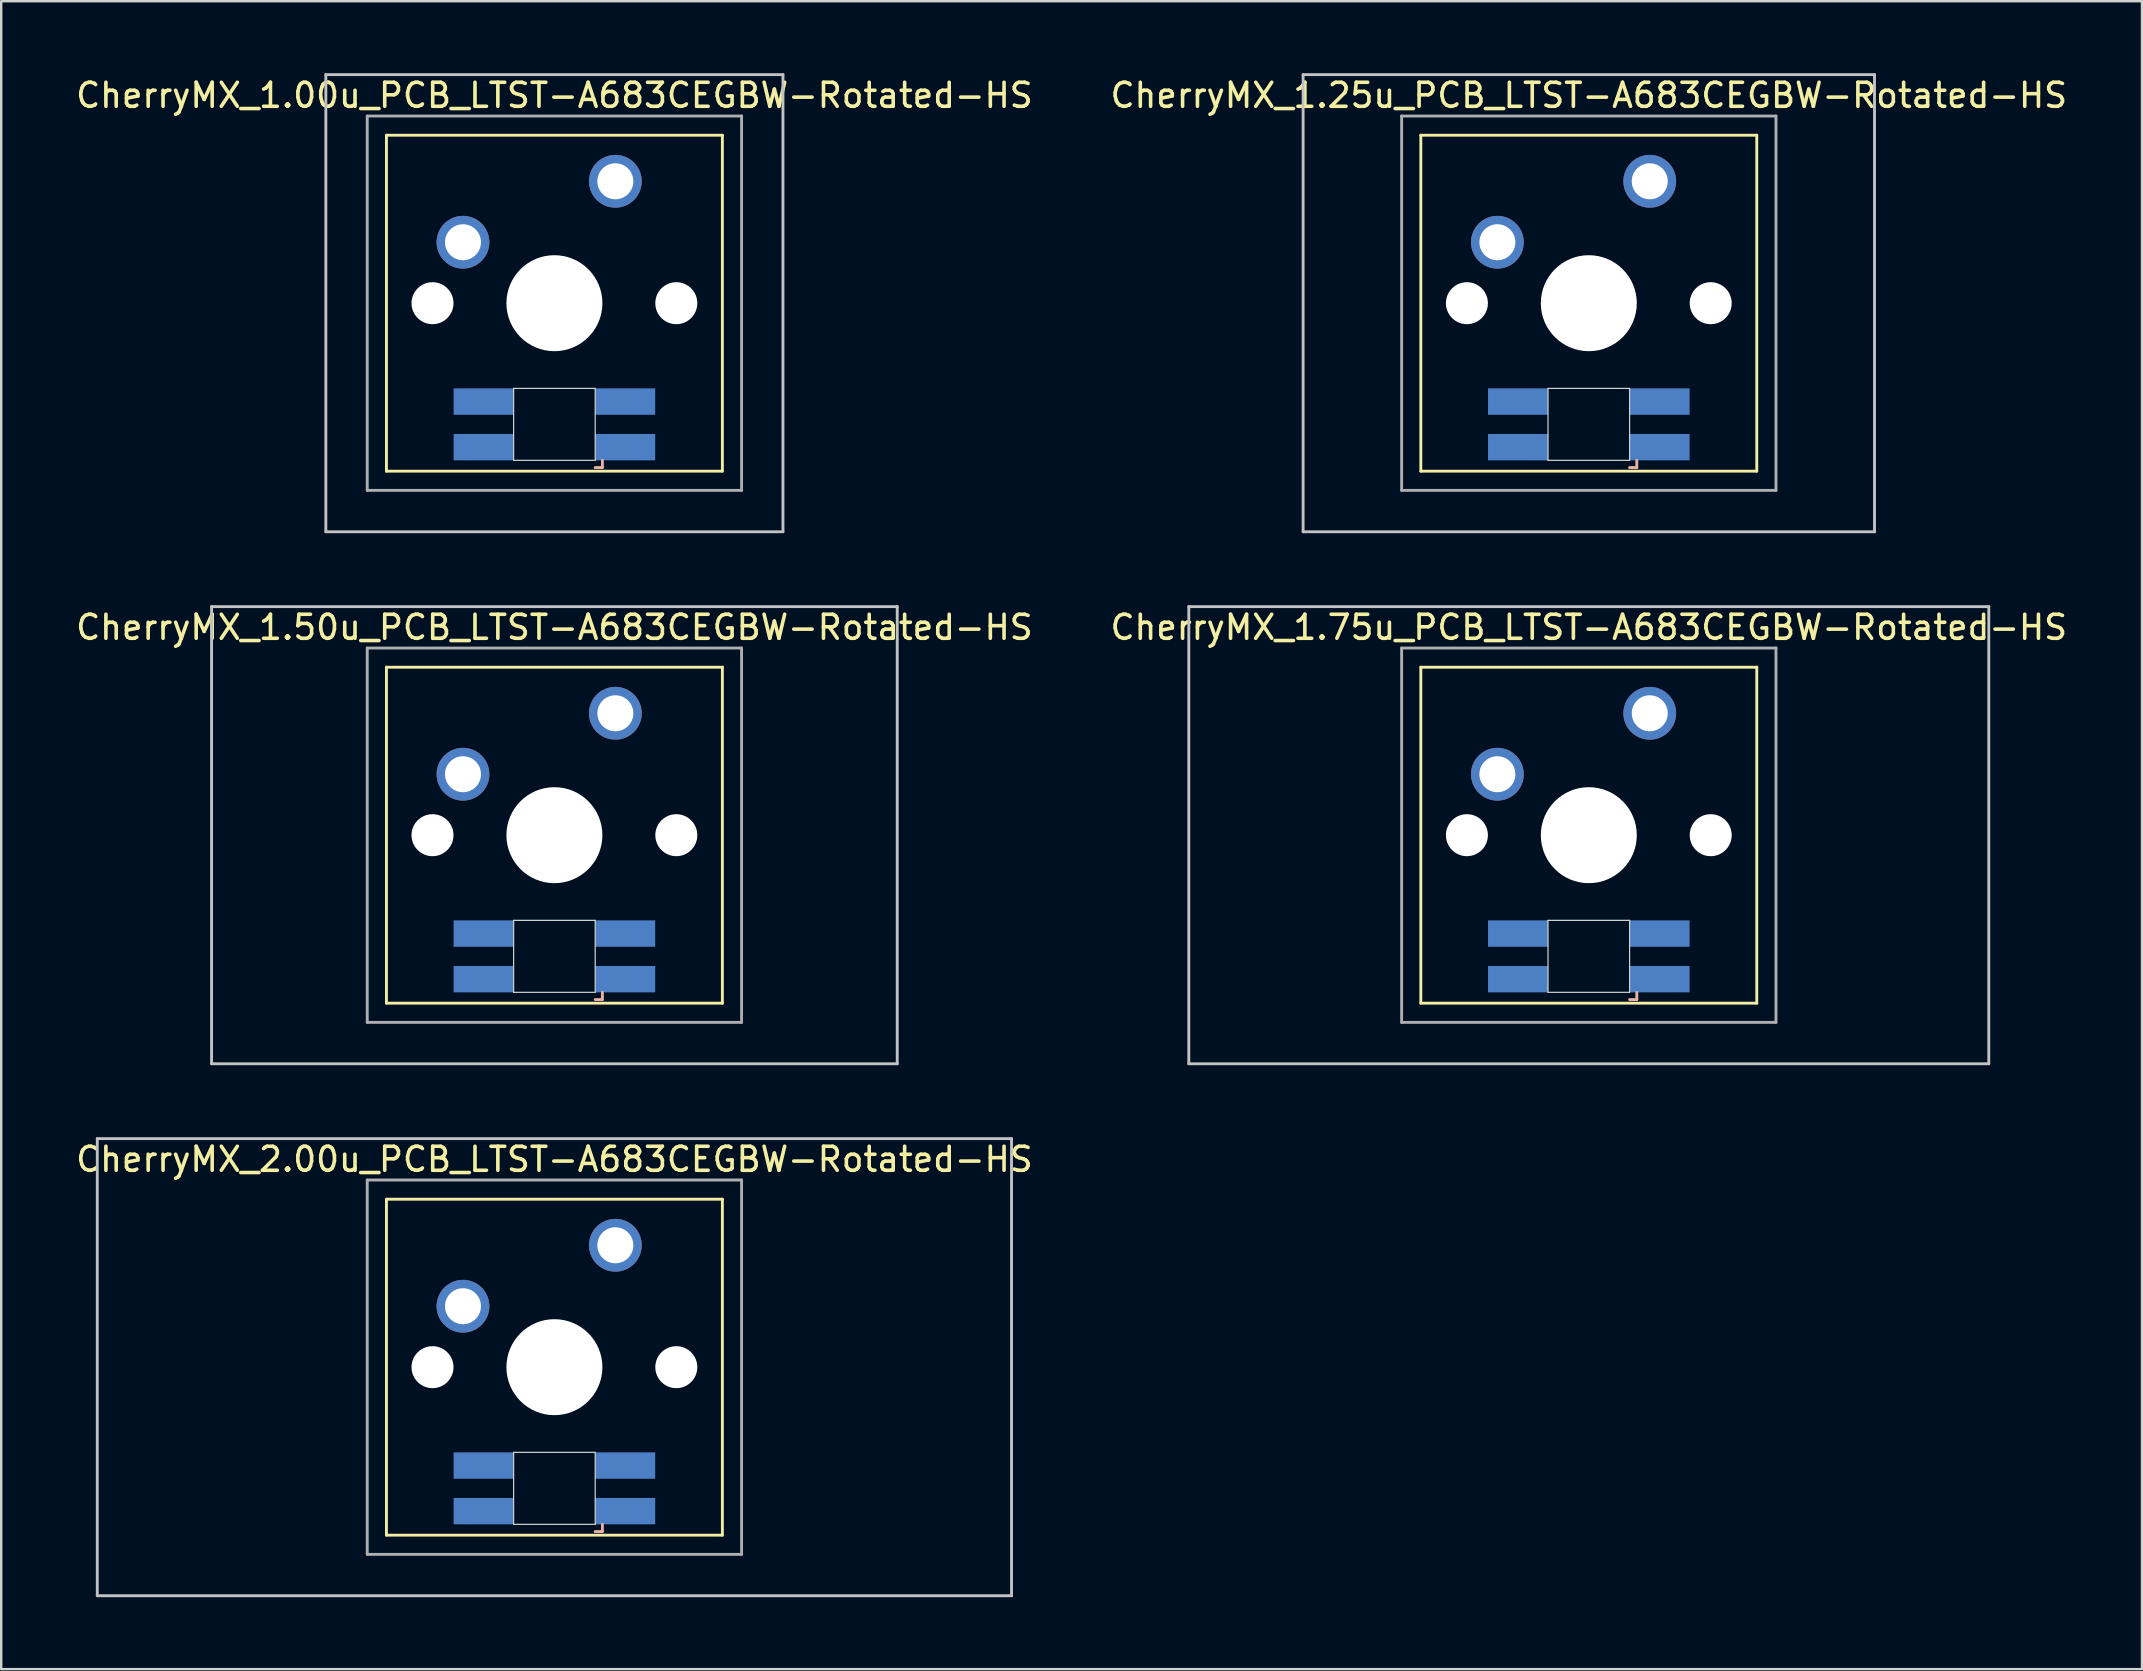
<source format=kicad_pcb>
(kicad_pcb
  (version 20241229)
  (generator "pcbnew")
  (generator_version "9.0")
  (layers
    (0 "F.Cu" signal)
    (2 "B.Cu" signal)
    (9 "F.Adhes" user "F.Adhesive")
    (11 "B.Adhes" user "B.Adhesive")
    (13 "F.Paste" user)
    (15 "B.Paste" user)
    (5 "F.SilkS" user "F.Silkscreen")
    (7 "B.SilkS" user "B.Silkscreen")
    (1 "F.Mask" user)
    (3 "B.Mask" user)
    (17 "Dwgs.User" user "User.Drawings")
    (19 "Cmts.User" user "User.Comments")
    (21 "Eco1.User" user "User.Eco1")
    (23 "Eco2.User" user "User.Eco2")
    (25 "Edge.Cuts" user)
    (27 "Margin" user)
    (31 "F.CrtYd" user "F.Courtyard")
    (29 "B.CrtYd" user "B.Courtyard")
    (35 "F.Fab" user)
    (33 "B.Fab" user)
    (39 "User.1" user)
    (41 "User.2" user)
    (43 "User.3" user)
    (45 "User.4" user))
  (footprint "CherryMX_1.50u_PCB_LTST-A683CEGBW-Rotated-HS"
    (layer "F.Cu")
    (at 20.054 31.755)
    (property "Reference" "CherryMX_1.50u_PCB_LTST-A683CEGBW-Rotated-HS" (at 0 -8.662 0) (layer "F.SilkS") (effects (font (size 1 1) (thickness 0.15))))
    (attr through_hole)
    (fp_line (start -7 -7) (end -7 7) (stroke (width 0.12) (type solid)) (layer "F.SilkS"))
    (fp_line (start -7 -7) (end 7 -7) (stroke (width 0.12) (type solid)) (layer "F.SilkS"))
    (fp_line (start 7 -7) (end 7 7) (stroke (width 0.12) (type solid)) (layer "F.SilkS"))
    (fp_line (start 7 7) (end -7 7) (stroke (width 0.12) (type solid)) (layer "F.SilkS"))
    (fp_line (start 1.7 6.85) (end 2 6.85) (stroke (width 0.12) (type solid)) (layer "B.SilkS"))
    (fp_line (start 2 6.85) (end 2 6.55) (stroke (width 0.12) (type solid)) (layer "B.SilkS"))
    (fp_line (start -14.287 -9.525) (end 14.287 -9.525) (stroke (width 0.12) (type solid)) (layer "Dwgs.User"))
    (fp_line (start -14.287 9.525) (end -14.287 -9.525) (stroke (width 0.12) (type solid)) (layer "Dwgs.User"))
    (fp_line (start 14.287 -9.525) (end 14.287 9.525) (stroke (width 0.12) (type solid)) (layer "Dwgs.User"))
    (fp_line (start 14.287 9.525) (end -14.287 9.525) (stroke (width 0.12) (type solid)) (layer "Dwgs.User"))
    (fp_line (start -1.7 3.55) (end 1.7 3.55) (stroke (width 0.05) (type solid)) (layer "Edge.Cuts"))
    (fp_line (start -1.7 6.55) (end -1.7 3.55) (stroke (width 0.05) (type solid)) (layer "Edge.Cuts"))
    (fp_line (start 1.7 3.55) (end 1.7 6.55) (stroke (width 0.05) (type solid)) (layer "Edge.Cuts"))
    (fp_line (start 1.7 6.55) (end -1.7 6.55) (stroke (width 0.05) (type solid)) (layer "Edge.Cuts"))
    (fp_line (start -7.8 -7.8) (end -7.8 7.8) (stroke (width 0.12) (type solid)) (layer "F.Fab"))
    (fp_line (start -7.8 -7.8) (end 7.8 -7.8) (stroke (width 0.12) (type solid)) (layer "F.Fab"))
    (fp_line (start -7.8 7.8) (end 7.8 7.8) (stroke (width 0.12) (type solid)) (layer "F.Fab"))
    (fp_line (start 7.8 -7.8) (end 7.8 7.8) (stroke (width 0.12) (type solid)) (layer "F.Fab"))
    (pad "" np_thru_hole circle (at -5.08 0) (size 1.75 1.75) (drill 1.75) (layers "*.Cu" "*.Mask"))
    (pad "" np_thru_hole circle (at 0 0) (size 4 4) (drill 4) (layers "*.Cu" "*.Mask"))
    (pad "" np_thru_hole circle (at 5.08 0) (size 1.75 1.75) (drill 1.75) (layers "*.Cu" "*.Mask"))
    (pad "1" thru_hole circle (at -3.81 -2.54) (size 2.2 2.2) (drill 1.5) (layers "*.Cu" "*.Mask"))
    (pad "2" thru_hole circle (at 2.54 -5.08) (size 2.2 2.2) (drill 1.5) (layers "*.Cu" "*.Mask"))
    (pad "3" smd rect (at 2.95 6) (size 2.5 1.1) (layers "B.Cu" "B.Mask" "B.Paste"))
    (pad "4" smd rect (at 2.95 4.1) (size 2.5 1.1) (layers "B.Cu" "B.Mask" "B.Paste"))
    (pad "5" smd rect (at -2.95 6) (size 2.5 1.1) (layers "B.Cu" "B.Mask" "B.Paste"))
    (pad "6" smd rect (at -2.95 4.1) (size 2.5 1.1) (layers "B.Cu" "B.Mask" "B.Paste")))
  (footprint "CherryMX_2.00u_PCB_LTST-A683CEGBW-Rotated-HS"
    (layer "F.Cu")
    (at 20.054 53.925)
    (property "Reference" "CherryMX_2.00u_PCB_LTST-A683CEGBW-Rotated-HS" (at 0 -8.662 0) (layer "F.SilkS") (effects (font (size 1 1) (thickness 0.15))))
    (attr through_hole)
    (fp_line (start -7 -7) (end -7 7) (stroke (width 0.12) (type solid)) (layer "F.SilkS"))
    (fp_line (start -7 -7) (end 7 -7) (stroke (width 0.12) (type solid)) (layer "F.SilkS"))
    (fp_line (start 7 -7) (end 7 7) (stroke (width 0.12) (type solid)) (layer "F.SilkS"))
    (fp_line (start 7 7) (end -7 7) (stroke (width 0.12) (type solid)) (layer "F.SilkS"))
    (fp_line (start 1.7 6.85) (end 2 6.85) (stroke (width 0.12) (type solid)) (layer "B.SilkS"))
    (fp_line (start 2 6.85) (end 2 6.55) (stroke (width 0.12) (type solid)) (layer "B.SilkS"))
    (fp_line (start -19.05 -9.525) (end 19.05 -9.525) (stroke (width 0.12) (type solid)) (layer "Dwgs.User"))
    (fp_line (start -19.05 9.525) (end -19.05 -9.525) (stroke (width 0.12) (type solid)) (layer "Dwgs.User"))
    (fp_line (start 19.05 -9.525) (end 19.05 9.525) (stroke (width 0.12) (type solid)) (layer "Dwgs.User"))
    (fp_line (start 19.05 9.525) (end -19.05 9.525) (stroke (width 0.12) (type solid)) (layer "Dwgs.User"))
    (fp_line (start -1.7 3.55) (end 1.7 3.55) (stroke (width 0.05) (type solid)) (layer "Edge.Cuts"))
    (fp_line (start -1.7 6.55) (end -1.7 3.55) (stroke (width 0.05) (type solid)) (layer "Edge.Cuts"))
    (fp_line (start 1.7 3.55) (end 1.7 6.55) (stroke (width 0.05) (type solid)) (layer "Edge.Cuts"))
    (fp_line (start 1.7 6.55) (end -1.7 6.55) (stroke (width 0.05) (type solid)) (layer "Edge.Cuts"))
    (fp_line (start -7.8 -7.8) (end -7.8 7.8) (stroke (width 0.12) (type solid)) (layer "F.Fab"))
    (fp_line (start -7.8 -7.8) (end 7.8 -7.8) (stroke (width 0.12) (type solid)) (layer "F.Fab"))
    (fp_line (start -7.8 7.8) (end 7.8 7.8) (stroke (width 0.12) (type solid)) (layer "F.Fab"))
    (fp_line (start 7.8 -7.8) (end 7.8 7.8) (stroke (width 0.12) (type solid)) (layer "F.Fab"))
    (pad "" np_thru_hole circle (at -5.08 0) (size 1.75 1.75) (drill 1.75) (layers "*.Cu" "*.Mask"))
    (pad "" np_thru_hole circle (at 0 0) (size 4 4) (drill 4) (layers "*.Cu" "*.Mask"))
    (pad "" np_thru_hole circle (at 5.08 0) (size 1.75 1.75) (drill 1.75) (layers "*.Cu" "*.Mask"))
    (pad "1" thru_hole circle (at -3.81 -2.54) (size 2.2 2.2) (drill 1.5) (layers "*.Cu" "*.Mask"))
    (pad "2" thru_hole circle (at 2.54 -5.08) (size 2.2 2.2) (drill 1.5) (layers "*.Cu" "*.Mask"))
    (pad "3" smd rect (at 2.95 6) (size 2.5 1.1) (layers "B.Cu" "B.Mask" "B.Paste"))
    (pad "4" smd rect (at 2.95 4.1) (size 2.5 1.1) (layers "B.Cu" "B.Mask" "B.Paste"))
    (pad "5" smd rect (at -2.95 6) (size 2.5 1.1) (layers "B.Cu" "B.Mask" "B.Paste"))
    (pad "6" smd rect (at -2.95 4.1) (size 2.5 1.1) (layers "B.Cu" "B.Mask" "B.Paste")))
  (footprint "CherryMX_1.25u_PCB_LTST-A683CEGBW-Rotated-HS"
    (layer "F.Cu")
    (at 63.161 9.585)
    (property "Reference" "CherryMX_1.25u_PCB_LTST-A683CEGBW-Rotated-HS" (at 0 -8.662 0) (layer "F.SilkS") (effects (font (size 1 1) (thickness 0.15))))
    (attr through_hole)
    (fp_line (start -7 -7) (end -7 7) (stroke (width 0.12) (type solid)) (layer "F.SilkS"))
    (fp_line (start -7 -7) (end 7 -7) (stroke (width 0.12) (type solid)) (layer "F.SilkS"))
    (fp_line (start 7 -7) (end 7 7) (stroke (width 0.12) (type solid)) (layer "F.SilkS"))
    (fp_line (start 7 7) (end -7 7) (stroke (width 0.12) (type solid)) (layer "F.SilkS"))
    (fp_line (start 1.7 6.85) (end 2 6.85) (stroke (width 0.12) (type solid)) (layer "B.SilkS"))
    (fp_line (start 2 6.85) (end 2 6.55) (stroke (width 0.12) (type solid)) (layer "B.SilkS"))
    (fp_line (start -11.906 -9.525) (end 11.906 -9.525) (stroke (width 0.12) (type solid)) (layer "Dwgs.User"))
    (fp_line (start -11.906 9.525) (end -11.906 -9.525) (stroke (width 0.12) (type solid)) (layer "Dwgs.User"))
    (fp_line (start 11.906 -9.525) (end 11.906 9.525) (stroke (width 0.12) (type solid)) (layer "Dwgs.User"))
    (fp_line (start 11.906 9.525) (end -11.906 9.525) (stroke (width 0.12) (type solid)) (layer "Dwgs.User"))
    (fp_line (start -1.7 3.55) (end 1.7 3.55) (stroke (width 0.05) (type solid)) (layer "Edge.Cuts"))
    (fp_line (start -1.7 6.55) (end -1.7 3.55) (stroke (width 0.05) (type solid)) (layer "Edge.Cuts"))
    (fp_line (start 1.7 3.55) (end 1.7 6.55) (stroke (width 0.05) (type solid)) (layer "Edge.Cuts"))
    (fp_line (start 1.7 6.55) (end -1.7 6.55) (stroke (width 0.05) (type solid)) (layer "Edge.Cuts"))
    (fp_line (start -7.8 -7.8) (end -7.8 7.8) (stroke (width 0.12) (type solid)) (layer "F.Fab"))
    (fp_line (start -7.8 -7.8) (end 7.8 -7.8) (stroke (width 0.12) (type solid)) (layer "F.Fab"))
    (fp_line (start -7.8 7.8) (end 7.8 7.8) (stroke (width 0.12) (type solid)) (layer "F.Fab"))
    (fp_line (start 7.8 -7.8) (end 7.8 7.8) (stroke (width 0.12) (type solid)) (layer "F.Fab"))
    (pad "" np_thru_hole circle (at -5.08 0) (size 1.75 1.75) (drill 1.75) (layers "*.Cu" "*.Mask"))
    (pad "" np_thru_hole circle (at 0 0) (size 4 4) (drill 4) (layers "*.Cu" "*.Mask"))
    (pad "" np_thru_hole circle (at 5.08 0) (size 1.75 1.75) (drill 1.75) (layers "*.Cu" "*.Mask"))
    (pad "1" thru_hole circle (at -3.81 -2.54) (size 2.2 2.2) (drill 1.5) (layers "*.Cu" "*.Mask"))
    (pad "2" thru_hole circle (at 2.54 -5.08) (size 2.2 2.2) (drill 1.5) (layers "*.Cu" "*.Mask"))
    (pad "3" smd rect (at 2.95 6) (size 2.5 1.1) (layers "B.Cu" "B.Mask" "B.Paste"))
    (pad "4" smd rect (at 2.95 4.1) (size 2.5 1.1) (layers "B.Cu" "B.Mask" "B.Paste"))
    (pad "5" smd rect (at -2.95 6) (size 2.5 1.1) (layers "B.Cu" "B.Mask" "B.Paste"))
    (pad "6" smd rect (at -2.95 4.1) (size 2.5 1.1) (layers "B.Cu" "B.Mask" "B.Paste")))
  (footprint "CherryMX_1.00u_PCB_LTST-A683CEGBW-Rotated-HS"
    (layer "F.Cu")
    (at 20.054 9.585)
    (property "Reference" "CherryMX_1.00u_PCB_LTST-A683CEGBW-Rotated-HS" (at 0 -8.662 0) (layer "F.SilkS") (effects (font (size 1 1) (thickness 0.15))))
    (attr through_hole)
    (fp_line (start -7 -7) (end -7 7) (stroke (width 0.12) (type solid)) (layer "F.SilkS"))
    (fp_line (start -7 -7) (end 7 -7) (stroke (width 0.12) (type solid)) (layer "F.SilkS"))
    (fp_line (start 7 -7) (end 7 7) (stroke (width 0.12) (type solid)) (layer "F.SilkS"))
    (fp_line (start 7 7) (end -7 7) (stroke (width 0.12) (type solid)) (layer "F.SilkS"))
    (fp_line (start 1.7 6.85) (end 2 6.85) (stroke (width 0.12) (type solid)) (layer "B.SilkS"))
    (fp_line (start 2 6.85) (end 2 6.55) (stroke (width 0.12) (type solid)) (layer "B.SilkS"))
    (fp_line (start -9.525 -9.525) (end 9.525 -9.525) (stroke (width 0.12) (type solid)) (layer "Dwgs.User"))
    (fp_line (start -9.525 9.525) (end -9.525 -9.525) (stroke (width 0.12) (type solid)) (layer "Dwgs.User"))
    (fp_line (start 9.525 -9.525) (end 9.525 9.525) (stroke (width 0.12) (type solid)) (layer "Dwgs.User"))
    (fp_line (start 9.525 9.525) (end -9.525 9.525) (stroke (width 0.12) (type solid)) (layer "Dwgs.User"))
    (fp_line (start -1.7 3.55) (end 1.7 3.55) (stroke (width 0.05) (type solid)) (layer "Edge.Cuts"))
    (fp_line (start -1.7 6.55) (end -1.7 3.55) (stroke (width 0.05) (type solid)) (layer "Edge.Cuts"))
    (fp_line (start 1.7 3.55) (end 1.7 6.55) (stroke (width 0.05) (type solid)) (layer "Edge.Cuts"))
    (fp_line (start 1.7 6.55) (end -1.7 6.55) (stroke (width 0.05) (type solid)) (layer "Edge.Cuts"))
    (fp_line (start -7.8 -7.8) (end -7.8 7.8) (stroke (width 0.12) (type solid)) (layer "F.Fab"))
    (fp_line (start -7.8 -7.8) (end 7.8 -7.8) (stroke (width 0.12) (type solid)) (layer "F.Fab"))
    (fp_line (start -7.8 7.8) (end 7.8 7.8) (stroke (width 0.12) (type solid)) (layer "F.Fab"))
    (fp_line (start 7.8 -7.8) (end 7.8 7.8) (stroke (width 0.12) (type solid)) (layer "F.Fab"))
    (pad "" np_thru_hole circle (at -5.08 0) (size 1.75 1.75) (drill 1.75) (layers "*.Cu" "*.Mask"))
    (pad "" np_thru_hole circle (at 0 0) (size 4 4) (drill 4) (layers "*.Cu" "*.Mask"))
    (pad "" np_thru_hole circle (at 5.08 0) (size 1.75 1.75) (drill 1.75) (layers "*.Cu" "*.Mask"))
    (pad "1" thru_hole circle (at -3.81 -2.54) (size 2.2 2.2) (drill 1.5) (layers "*.Cu" "*.Mask"))
    (pad "2" thru_hole circle (at 2.54 -5.08) (size 2.2 2.2) (drill 1.5) (layers "*.Cu" "*.Mask"))
    (pad "3" smd rect (at 2.95 6) (size 2.5 1.1) (layers "B.Cu" "B.Mask" "B.Paste"))
    (pad "4" smd rect (at 2.95 4.1) (size 2.5 1.1) (layers "B.Cu" "B.Mask" "B.Paste"))
    (pad "5" smd rect (at -2.95 6) (size 2.5 1.1) (layers "B.Cu" "B.Mask" "B.Paste"))
    (pad "6" smd rect (at -2.95 4.1) (size 2.5 1.1) (layers "B.Cu" "B.Mask" "B.Paste")))
  (footprint "CherryMX_1.75u_PCB_LTST-A683CEGBW-Rotated-HS"
    (layer "F.Cu")
    (at 63.161 31.755)
    (property "Reference" "CherryMX_1.75u_PCB_LTST-A683CEGBW-Rotated-HS" (at 0 -8.662 0) (layer "F.SilkS") (effects (font (size 1 1) (thickness 0.15))))
    (attr through_hole)
    (fp_line (start -7 -7) (end -7 7) (stroke (width 0.12) (type solid)) (layer "F.SilkS"))
    (fp_line (start -7 -7) (end 7 -7) (stroke (width 0.12) (type solid)) (layer "F.SilkS"))
    (fp_line (start 7 -7) (end 7 7) (stroke (width 0.12) (type solid)) (layer "F.SilkS"))
    (fp_line (start 7 7) (end -7 7) (stroke (width 0.12) (type solid)) (layer "F.SilkS"))
    (fp_line (start 1.7 6.85) (end 2 6.85) (stroke (width 0.12) (type solid)) (layer "B.SilkS"))
    (fp_line (start 2 6.85) (end 2 6.55) (stroke (width 0.12) (type solid)) (layer "B.SilkS"))
    (fp_line (start -16.669 -9.525) (end 16.669 -9.525) (stroke (width 0.12) (type solid)) (layer "Dwgs.User"))
    (fp_line (start -16.669 9.525) (end -16.669 -9.525) (stroke (width 0.12) (type solid)) (layer "Dwgs.User"))
    (fp_line (start 16.669 -9.525) (end 16.669 9.525) (stroke (width 0.12) (type solid)) (layer "Dwgs.User"))
    (fp_line (start 16.669 9.525) (end -16.669 9.525) (stroke (width 0.12) (type solid)) (layer "Dwgs.User"))
    (fp_line (start -1.7 3.55) (end 1.7 3.55) (stroke (width 0.05) (type solid)) (layer "Edge.Cuts"))
    (fp_line (start -1.7 6.55) (end -1.7 3.55) (stroke (width 0.05) (type solid)) (layer "Edge.Cuts"))
    (fp_line (start 1.7 3.55) (end 1.7 6.55) (stroke (width 0.05) (type solid)) (layer "Edge.Cuts"))
    (fp_line (start 1.7 6.55) (end -1.7 6.55) (stroke (width 0.05) (type solid)) (layer "Edge.Cuts"))
    (fp_line (start -7.8 -7.8) (end -7.8 7.8) (stroke (width 0.12) (type solid)) (layer "F.Fab"))
    (fp_line (start -7.8 -7.8) (end 7.8 -7.8) (stroke (width 0.12) (type solid)) (layer "F.Fab"))
    (fp_line (start -7.8 7.8) (end 7.8 7.8) (stroke (width 0.12) (type solid)) (layer "F.Fab"))
    (fp_line (start 7.8 -7.8) (end 7.8 7.8) (stroke (width 0.12) (type solid)) (layer "F.Fab"))
    (pad "" np_thru_hole circle (at -5.08 0) (size 1.75 1.75) (drill 1.75) (layers "*.Cu" "*.Mask"))
    (pad "" np_thru_hole circle (at 0 0) (size 4 4) (drill 4) (layers "*.Cu" "*.Mask"))
    (pad "" np_thru_hole circle (at 5.08 0) (size 1.75 1.75) (drill 1.75) (layers "*.Cu" "*.Mask"))
    (pad "1" thru_hole circle (at -3.81 -2.54) (size 2.2 2.2) (drill 1.5) (layers "*.Cu" "*.Mask"))
    (pad "2" thru_hole circle (at 2.54 -5.08) (size 2.2 2.2) (drill 1.5) (layers "*.Cu" "*.Mask"))
    (pad "3" smd rect (at 2.95 6) (size 2.5 1.1) (layers "B.Cu" "B.Mask" "B.Paste"))
    (pad "4" smd rect (at 2.95 4.1) (size 2.5 1.1) (layers "B.Cu" "B.Mask" "B.Paste"))
    (pad "5" smd rect (at -2.95 6) (size 2.5 1.1) (layers "B.Cu" "B.Mask" "B.Paste"))
    (pad "6" smd rect (at -2.95 4.1) (size 2.5 1.1) (layers "B.Cu" "B.Mask" "B.Paste")))
  (gr_rect
    (start -3 -3)
    (end 86.214 66.51)
    (stroke (width 0.1) (type default))
    (fill no)
    (layer "Edge.Cuts")))
</source>
